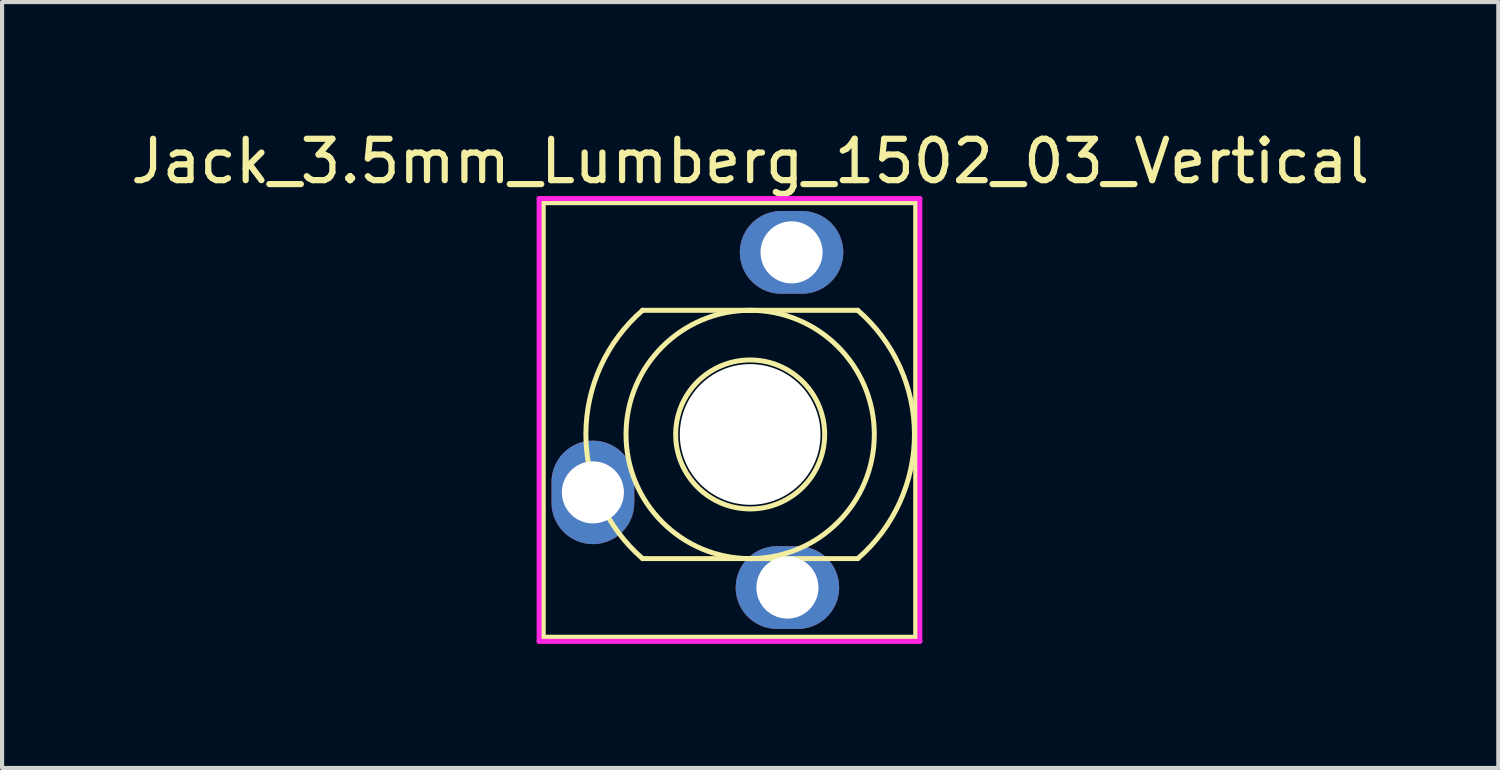
<source format=kicad_pcb>
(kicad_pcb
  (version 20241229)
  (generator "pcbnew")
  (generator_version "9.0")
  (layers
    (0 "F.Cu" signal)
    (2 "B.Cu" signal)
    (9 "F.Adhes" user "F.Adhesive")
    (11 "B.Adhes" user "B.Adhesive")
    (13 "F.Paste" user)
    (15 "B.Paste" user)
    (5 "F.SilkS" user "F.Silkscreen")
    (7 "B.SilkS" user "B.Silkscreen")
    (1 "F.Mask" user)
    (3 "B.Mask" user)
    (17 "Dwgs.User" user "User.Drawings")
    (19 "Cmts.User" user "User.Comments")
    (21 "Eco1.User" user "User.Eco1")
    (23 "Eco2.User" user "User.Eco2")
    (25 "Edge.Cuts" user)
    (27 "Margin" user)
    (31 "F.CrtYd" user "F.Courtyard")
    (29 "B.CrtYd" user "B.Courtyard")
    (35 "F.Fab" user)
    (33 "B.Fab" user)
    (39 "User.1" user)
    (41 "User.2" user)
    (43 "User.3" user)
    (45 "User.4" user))
  (footprint "Jack_3.5mm_Lumberg_1502_03_Vertical"
    (layer "F.Cu")
    (at 15.077 7.448)
    (property "Reference" "Jack_3.5mm_Lumberg_1502_03_Vertical" (at 0 -6.6 0) (layer "F.SilkS") (effects (font (size 1 1) (thickness 0.15))))
    (attr through_hole)
    (fp_line (start -5 -5.6) (end 4 -5.6) (stroke (width 0.12) (type solid)) (layer "F.SilkS"))
    (fp_line (start -5 4.9) (end -5 -5.6) (stroke (width 0.12) (type solid)) (layer "F.SilkS"))
    (fp_line (start -2.6 3) (end 0 3) (stroke (width 0.12) (type solid)) (layer "F.SilkS"))
    (fp_line (start 0 -3) (end -2.6 -3) (stroke (width 0.12) (type solid)) (layer "F.SilkS"))
    (fp_line (start 0 -3) (end 2.6 -3) (stroke (width 0.12) (type solid)) (layer "F.SilkS"))
    (fp_line (start 0 3) (end 2.6 3) (stroke (width 0.12) (type solid)) (layer "F.SilkS"))
    (fp_line (start 4 -5.6) (end 4 4.9) (stroke (width 0.12) (type solid)) (layer "F.SilkS"))
    (fp_line (start 4 4.9) (end -5 4.9) (stroke (width 0.12) (type solid)) (layer "F.SilkS"))
    (fp_arc (start -2.598493 3.001305) (mid -3.969886 0.000997) (end -2.6 -3) (stroke (width 0.12) (type solid)) (layer "F.SilkS"))
    (fp_arc (start 2.598493 -3.001305) (mid 3.969886 -0.000997) (end 2.6 3) (stroke (width 0.12) (type solid)) (layer "F.SilkS"))
    (fp_circle (center 0 0) (end 1.8 0) (stroke (width 0.12) (type solid)) (fill no) (layer "F.SilkS"))
    (fp_circle (center 0 0) (end 3 0) (stroke (width 0.12) (type solid)) (fill no) (layer "F.SilkS"))
    (fp_line (start -5.1 -5.7) (end 4.1 -5.7) (stroke (width 0.12) (type solid)) (layer "F.CrtYd"))
    (fp_line (start -5.1 5) (end -5.1 -5.7) (stroke (width 0.12) (type solid)) (layer "F.CrtYd"))
    (fp_line (start 4.1 -5.7) (end 4.1 5) (stroke (width 0.12) (type solid)) (layer "F.CrtYd"))
    (fp_line (start 4.1 5) (end -5.1 5) (stroke (width 0.12) (type solid)) (layer "F.CrtYd"))
    (pad "" np_thru_hole circle (at 0 0) (size 3.4 3.4) (drill 3.4) (layers "*.Cu" "*.Mask"))
    (pad "S" thru_hole oval (at 0.9 3.7 90) (size 2 2.5) (drill 1.5) (layers "*.Cu" "*.Mask"))
    (pad "T" thru_hole oval (at 1 -4.4 90) (size 2 2.5) (drill 1.5) (layers "*.Cu" "*.Mask"))
    (pad "TN" thru_hole oval (at -3.8 1.4) (size 2 2.5) (drill 1.5) (layers "*.Cu" "*.Mask")))
  (gr_rect
    (start -3 -3)
    (end 33.155 15.508)
    (stroke (width 0.1) (type default))
    (fill no)
    (layer "Edge.Cuts")))
</source>
